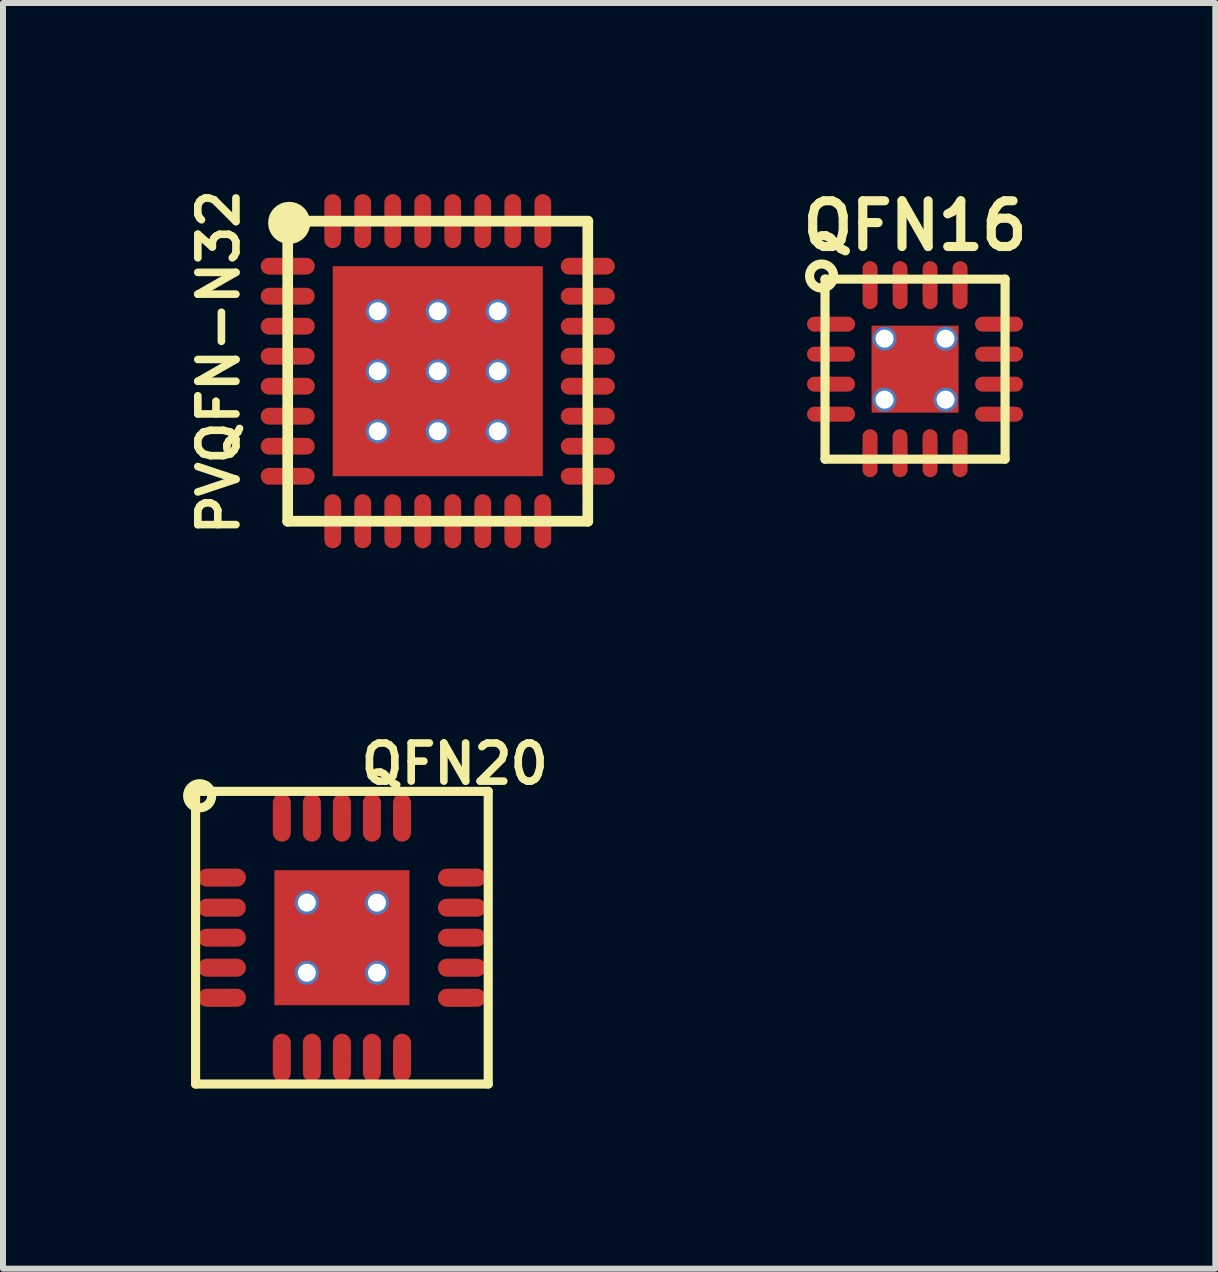
<source format=kicad_pcb>
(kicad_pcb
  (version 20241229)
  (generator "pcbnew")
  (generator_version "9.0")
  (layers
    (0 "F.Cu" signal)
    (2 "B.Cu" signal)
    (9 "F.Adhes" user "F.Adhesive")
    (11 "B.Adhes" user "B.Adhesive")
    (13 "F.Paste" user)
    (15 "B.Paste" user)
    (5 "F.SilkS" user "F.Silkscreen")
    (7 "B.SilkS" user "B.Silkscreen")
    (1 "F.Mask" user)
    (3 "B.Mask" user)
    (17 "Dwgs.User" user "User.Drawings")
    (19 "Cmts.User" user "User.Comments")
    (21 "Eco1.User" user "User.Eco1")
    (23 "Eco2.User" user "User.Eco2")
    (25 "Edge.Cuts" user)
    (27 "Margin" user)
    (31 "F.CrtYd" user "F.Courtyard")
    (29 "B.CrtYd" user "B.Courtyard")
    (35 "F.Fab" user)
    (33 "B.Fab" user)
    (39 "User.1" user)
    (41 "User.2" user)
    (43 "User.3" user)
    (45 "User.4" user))
  (footprint "PVQFN-N32"
    (layer "F.Cu")
    (at 4.244 3.135)
    (property "Reference" "PVQFN-N32" (at -3.65 -0.15 90) (layer "F.SilkS") (effects (font (size 0.635 0.635) (thickness 0.127))))
    (attr smd)
    (fp_line (start -2.5 -2.5) (end 2.5 -2.5) (stroke (width 0.178) (type solid)) (layer "F.SilkS"))
    (fp_line (start -2.5 2.5) (end -2.5 -2.5) (stroke (width 0.178) (type solid)) (layer "F.SilkS"))
    (fp_line (start 2.5 -2.5) (end 2.5 2.5) (stroke (width 0.178) (type solid)) (layer "F.SilkS"))
    (fp_line (start 2.5 2.5) (end -2.5 2.5) (stroke (width 0.178) (type solid)) (layer "F.SilkS"))
    (fp_circle (center -2.476 -2.471) (end -2.476 -2.27) (stroke (width 0.3) (type solid)) (fill no) (layer "F.SilkS"))
    (pad "" smd rect (at -0.85 -0.9 270) (size 1.4 1.4) (layers "F.Paste"))
    (pad "" smd rect (at -0.85 0.9 270) (size 1.4 1.4) (layers "F.Paste"))
    (pad "" smd rect (at 0.85 -0.9 270) (size 1.4 1.4) (layers "F.Paste"))
    (pad "" smd rect (at 0.85 0.9 270) (size 1.4 1.4) (layers "F.Paste"))
    (pad "1" smd oval (at -2.5 -1.75) (size 0.9 0.28) (layers "F.Cu" "F.Mask" "F.Paste"))
    (pad "2" smd oval (at -2.5 -1.25) (size 0.9 0.28) (layers "F.Cu" "F.Mask" "F.Paste"))
    (pad "3" smd oval (at -2.5 -0.75) (size 0.9 0.28) (layers "F.Cu" "F.Mask" "F.Paste"))
    (pad "4" smd oval (at -2.5 -0.25) (size 0.9 0.28) (layers "F.Cu" "F.Mask" "F.Paste"))
    (pad "5" smd oval (at -2.5 0.25) (size 0.9 0.28) (layers "F.Cu" "F.Mask" "F.Paste"))
    (pad "6" smd oval (at -2.5 0.75) (size 0.9 0.28) (layers "F.Cu" "F.Mask" "F.Paste"))
    (pad "7" smd oval (at -2.5 1.25) (size 0.9 0.28) (layers "F.Cu" "F.Mask" "F.Paste"))
    (pad "8" smd oval (at -2.5 1.75) (size 0.9 0.28) (layers "F.Cu" "F.Mask" "F.Paste"))
    (pad "9" smd oval (at -1.75 2.5) (size 0.28 0.9) (layers "F.Cu" "F.Mask" "F.Paste"))
    (pad "10" smd oval (at -1.25 2.5) (size 0.28 0.9) (layers "F.Cu" "F.Mask" "F.Paste"))
    (pad "11" smd oval (at -0.75 2.5) (size 0.28 0.9) (layers "F.Cu" "F.Mask" "F.Paste"))
    (pad "12" smd oval (at -0.25 2.5) (size 0.28 0.9) (layers "F.Cu" "F.Mask" "F.Paste"))
    (pad "13" smd oval (at 0.25 2.5) (size 0.28 0.9) (layers "F.Cu" "F.Mask" "F.Paste"))
    (pad "14" smd oval (at 0.75 2.5) (size 0.28 0.9) (layers "F.Cu" "F.Mask" "F.Paste"))
    (pad "15" smd oval (at 1.25 2.5) (size 0.28 0.9) (layers "F.Cu" "F.Mask" "F.Paste"))
    (pad "16" smd oval (at 1.75 2.5) (size 0.28 0.9) (layers "F.Cu" "F.Mask" "F.Paste"))
    (pad "17" smd oval (at 2.5 1.75) (size 0.9 0.28) (layers "F.Cu" "F.Mask" "F.Paste"))
    (pad "18" smd oval (at 2.5 1.25) (size 0.9 0.28) (layers "F.Cu" "F.Mask" "F.Paste"))
    (pad "19" smd oval (at 2.5 0.75) (size 0.9 0.28) (layers "F.Cu" "F.Mask" "F.Paste"))
    (pad "20" smd oval (at 2.5 0.25) (size 0.9 0.28) (layers "F.Cu" "F.Mask" "F.Paste"))
    (pad "21" smd oval (at 2.5 -0.25) (size 0.9 0.28) (layers "F.Cu" "F.Mask" "F.Paste"))
    (pad "22" smd oval (at 2.5 -0.75) (size 0.9 0.28) (layers "F.Cu" "F.Mask" "F.Paste"))
    (pad "23" smd oval (at 2.5 -1.25) (size 0.9 0.28) (layers "F.Cu" "F.Mask" "F.Paste"))
    (pad "24" smd oval (at 2.5 -1.75) (size 0.9 0.28) (layers "F.Cu" "F.Mask" "F.Paste"))
    (pad "25" smd oval (at 1.75 -2.5) (size 0.28 0.9) (layers "F.Cu" "F.Mask" "F.Paste"))
    (pad "26" smd oval (at 1.25 -2.5) (size 0.28 0.9) (layers "F.Cu" "F.Mask" "F.Paste"))
    (pad "27" smd oval (at 0.75 -2.5) (size 0.28 0.9) (layers "F.Cu" "F.Mask" "F.Paste"))
    (pad "28" smd oval (at 0.25 -2.5) (size 0.28 0.9) (layers "F.Cu" "F.Mask" "F.Paste"))
    (pad "29" smd oval (at -0.25 -2.5) (size 0.28 0.9) (layers "F.Cu" "F.Mask" "F.Paste"))
    (pad "30" smd oval (at -0.75 -2.5) (size 0.28 0.9) (layers "F.Cu" "F.Mask" "F.Paste"))
    (pad "31" smd oval (at -1.25 -2.5) (size 0.28 0.9) (layers "F.Cu" "F.Mask" "F.Paste"))
    (pad "32" smd oval (at -1.75 -2.5) (size 0.28 0.9) (layers "F.Cu" "F.Mask" "F.Paste"))
    (pad "Gnd" thru_hole circle (at -1 -1 90) (size 0.399 0.399) (drill 0.3) (layers "*.Cu"))
    (pad "Gnd" thru_hole circle (at -1 0 90) (size 0.399 0.399) (drill 0.3) (layers "*.Cu"))
    (pad "Gnd" thru_hole circle (at -1 1 90) (size 0.399 0.399) (drill 0.3) (layers "*.Cu"))
    (pad "Gnd" thru_hole circle (at 0 -1 90) (size 0.399 0.399) (drill 0.3) (layers "*.Cu"))
    (pad "Gnd" thru_hole circle (at 0 0 90) (size 0.399 0.399) (drill 0.3) (layers "*.Cu"))
    (pad "Gnd" smd rect (at 0 0) (size 3.5 3.5) (layers "F.Cu" "F.Mask"))
    (pad "Gnd" thru_hole circle (at 0 1 90) (size 0.399 0.399) (drill 0.3) (layers "*.Cu"))
    (pad "Gnd" thru_hole circle (at 1 -1 90) (size 0.399 0.399) (drill 0.3) (layers "*.Cu"))
    (pad "Gnd" thru_hole circle (at 1 0 90) (size 0.399 0.399) (drill 0.3) (layers "*.Cu"))
    (pad "Gnd" thru_hole circle (at 1 1 90) (size 0.399 0.399) (drill 0.3) (layers "*.Cu")))
  (footprint "QFN20"
    (layer "F.Cu")
    (at 2.647 12.574)
    (property "Reference" "QFN20" (at 1.88 -2.896 0) (layer "F.SilkS") (effects (font (size 0.635 0.635) (thickness 0.127))))
    (attr smd)
    (fp_line (start -2.438 -2.438) (end -2.438 2.438) (stroke (width 0.152) (type solid)) (layer "F.SilkS"))
    (fp_line (start -2.438 2.438) (end 2.438 2.438) (stroke (width 0.152) (type solid)) (layer "F.SilkS"))
    (fp_line (start 2.438 -2.438) (end -2.438 -2.438) (stroke (width 0.152) (type solid)) (layer "F.SilkS"))
    (fp_line (start 2.438 2.438) (end 2.438 -2.438) (stroke (width 0.152) (type solid)) (layer "F.SilkS"))
    (fp_circle (center -2.37 -2.365) (end -2.37 -2.164) (stroke (width 0.152) (type solid)) (fill no) (layer "F.SilkS"))
    (pad "" smd circle (at -0.856 0.843 270) (size 0.559 0.559) (layers "F.Paste"))
    (pad "" smd circle (at -0.846 -0.843 270) (size 0.559 0.559) (layers "F.Paste"))
    (pad "" smd circle (at -0.84 0 270) (size 0.559 0.559) (layers "F.Paste"))
    (pad "" smd circle (at 0 -0.84 270) (size 0.559 0.559) (layers "F.Paste"))
    (pad "" smd circle (at 0 0 270) (size 0.61 0.61) (layers "F.Paste"))
    (pad "" smd circle (at 0.01 0.84 270) (size 0.559 0.559) (layers "F.Paste"))
    (pad "" smd circle (at 0.84 0 270) (size 0.559 0.559) (layers "F.Paste"))
    (pad "" smd circle (at 0.846 -0.848 270) (size 0.559 0.559) (layers "F.Paste"))
    (pad "" smd circle (at 0.846 0.843 270) (size 0.559 0.559) (layers "F.Paste"))
    (pad "1" smd oval (at -2 -1.001) (size 0.8 0.3) (layers "F.Cu" "F.Mask" "F.Paste"))
    (pad "2" smd oval (at -2 -0.5) (size 0.8 0.3) (layers "F.Cu" "F.Mask" "F.Paste"))
    (pad "3" smd oval (at -2 0) (size 0.8 0.3) (layers "F.Cu" "F.Mask" "F.Paste"))
    (pad "4" smd oval (at -2 0.5) (size 0.8 0.3) (layers "F.Cu" "F.Mask" "F.Paste"))
    (pad "5" smd oval (at -2 1.001) (size 0.8 0.3) (layers "F.Cu" "F.Mask" "F.Paste"))
    (pad "6" smd oval (at -1.001 2 90) (size 0.8 0.3) (layers "F.Cu" "F.Mask" "F.Paste"))
    (pad "7" smd oval (at -0.5 2 90) (size 0.8 0.3) (layers "F.Cu" "F.Mask" "F.Paste"))
    (pad "8" smd oval (at 0 2 90) (size 0.8 0.3) (layers "F.Cu" "F.Mask" "F.Paste"))
    (pad "9" smd oval (at 0.5 2 90) (size 0.8 0.3) (layers "F.Cu" "F.Mask" "F.Paste"))
    (pad "10" smd oval (at 1.001 2 90) (size 0.8 0.3) (layers "F.Cu" "F.Mask" "F.Paste"))
    (pad "11" smd oval (at 2 1.001 180) (size 0.8 0.3) (layers "F.Cu" "F.Mask" "F.Paste"))
    (pad "12" smd oval (at 2 0.5 180) (size 0.8 0.3) (layers "F.Cu" "F.Mask" "F.Paste"))
    (pad "13" smd oval (at 2 0 180) (size 0.8 0.3) (layers "F.Cu" "F.Mask" "F.Paste"))
    (pad "14" smd oval (at 2 -0.5 180) (size 0.8 0.3) (layers "F.Cu" "F.Mask" "F.Paste"))
    (pad "15" smd oval (at 2 -1.001 180) (size 0.8 0.3) (layers "F.Cu" "F.Mask" "F.Paste"))
    (pad "16" smd oval (at 1.001 -2 270) (size 0.8 0.3) (layers "F.Cu" "F.Mask" "F.Paste"))
    (pad "17" smd oval (at 0.5 -2 270) (size 0.8 0.3) (layers "F.Cu" "F.Mask" "F.Paste"))
    (pad "18" smd oval (at 0 -2 270) (size 0.8 0.3) (layers "F.Cu" "F.Mask" "F.Paste"))
    (pad "19" smd oval (at -0.5 -2 270) (size 0.8 0.3) (layers "F.Cu" "F.Mask" "F.Paste"))
    (pad "20" smd oval (at -1.001 -2 270) (size 0.8 0.3) (layers "F.Cu" "F.Mask" "F.Paste"))
    (pad "21" thru_hole circle (at -0.584 -0.584 90) (size 0.399 0.399) (drill 0.3) (layers "*.Cu"))
    (pad "21" thru_hole circle (at -0.584 0.584 90) (size 0.399 0.399) (drill 0.3) (layers "*.Cu"))
    (pad "21" smd rect (at 0 0 270) (size 2.25 2.25) (layers "F.Cu" "F.Mask"))
    (pad "21" thru_hole circle (at 0.584 -0.584 90) (size 0.399 0.399) (drill 0.3) (layers "*.Cu"))
    (pad "21" thru_hole circle (at 0.584 0.584 90) (size 0.399 0.399) (drill 0.3) (layers "*.Cu")))
  (footprint "QFN16"
    (layer "F.Cu")
    (at 12.197 3.101)
    (property "Reference" "QFN16" (at 0 -2.388 0) (layer "F.SilkS") (effects (font (size 0.762 0.762) (thickness 0.152))))
    (attr smd)
    (fp_line (start -1.5 -1.5) (end -1.5 1.5) (stroke (width 0.152) (type solid)) (layer "F.SilkS"))
    (fp_line (start -1.5 1.5) (end 1.5 1.5) (stroke (width 0.152) (type solid)) (layer "F.SilkS"))
    (fp_line (start 1.5 -1.5) (end -1.5 -1.5) (stroke (width 0.152) (type solid)) (layer "F.SilkS"))
    (fp_line (start 1.5 1.5) (end 1.5 -1.5) (stroke (width 0.152) (type solid)) (layer "F.SilkS"))
    (fp_circle (center -1.557 -1.552) (end -1.557 -1.351) (stroke (width 0.152) (type solid)) (fill no) (layer "F.SilkS"))
    (pad "" smd circle (at -0.356 0 270) (size 0.406 0.406) (layers "F.Paste"))
    (pad "" smd circle (at 0 -0.305 270) (size 0.406 0.406) (layers "F.Paste"))
    (pad "" smd circle (at 0 0.356 270) (size 0.406 0.406) (layers "F.Paste"))
    (pad "" smd circle (at 0.305 0 270) (size 0.406 0.406) (layers "F.Paste"))
    (pad "1" smd oval (at -1.4 -0.75) (size 0.8 0.25) (layers "F.Cu" "F.Mask" "F.Paste"))
    (pad "2" smd oval (at -1.4 -0.25) (size 0.8 0.25) (layers "F.Cu" "F.Mask" "F.Paste"))
    (pad "3" smd oval (at -1.4 0.25) (size 0.8 0.25) (layers "F.Cu" "F.Mask" "F.Paste"))
    (pad "4" smd oval (at -1.4 0.75) (size 0.8 0.25) (layers "F.Cu" "F.Mask" "F.Paste"))
    (pad "5" smd oval (at -0.75 1.4 90) (size 0.8 0.25) (layers "F.Cu" "F.Mask" "F.Paste"))
    (pad "6" smd oval (at -0.25 1.4 90) (size 0.8 0.25) (layers "F.Cu" "F.Mask" "F.Paste"))
    (pad "7" smd oval (at 0.25 1.4 90) (size 0.8 0.25) (layers "F.Cu" "F.Mask" "F.Paste"))
    (pad "8" smd oval (at 0.75 1.4 90) (size 0.8 0.25) (layers "F.Cu" "F.Mask" "F.Paste"))
    (pad "9" smd oval (at 1.4 0.75) (size 0.8 0.25) (layers "F.Cu" "F.Mask" "F.Paste"))
    (pad "10" smd oval (at 1.4 0.25) (size 0.8 0.25) (layers "F.Cu" "F.Mask" "F.Paste"))
    (pad "11" smd oval (at 1.4 -0.25) (size 0.8 0.25) (layers "F.Cu" "F.Mask" "F.Paste"))
    (pad "12" smd oval (at 1.4 -0.75 180) (size 0.8 0.25) (layers "F.Cu" "F.Mask" "F.Paste"))
    (pad "13" smd oval (at 0.75 -1.4 90) (size 0.8 0.25) (layers "F.Cu" "F.Mask" "F.Paste"))
    (pad "14" smd oval (at 0.25 -1.4 90) (size 0.8 0.25) (layers "F.Cu" "F.Mask" "F.Paste"))
    (pad "15" smd oval (at -0.25 -1.4 90) (size 0.8 0.25) (layers "F.Cu" "F.Mask" "F.Paste"))
    (pad "16" smd oval (at -0.75 -1.4 270) (size 0.8 0.25) (layers "F.Cu" "F.Mask" "F.Paste"))
    (pad "21" thru_hole circle (at -0.508 -0.508 90) (size 0.399 0.399) (drill 0.3) (layers "*.Cu"))
    (pad "21" thru_hole circle (at -0.508 0.508 90) (size 0.399 0.399) (drill 0.3) (layers "*.Cu"))
    (pad "21" smd rect (at 0 0 270) (size 1.45 1.45) (layers "F.Cu" "F.Mask"))
    (pad "21" thru_hole circle (at 0.508 -0.508 90) (size 0.399 0.399) (drill 0.3) (layers "*.Cu"))
    (pad "21" thru_hole circle (at 0.508 0.508 90) (size 0.399 0.399) (drill 0.3) (layers "*.Cu")))
  (gr_rect
    (start -3 -3)
    (end 17.2 18.089)
    (stroke (width 0.1) (type default))
    (fill no)
    (layer "Edge.Cuts")))
</source>
